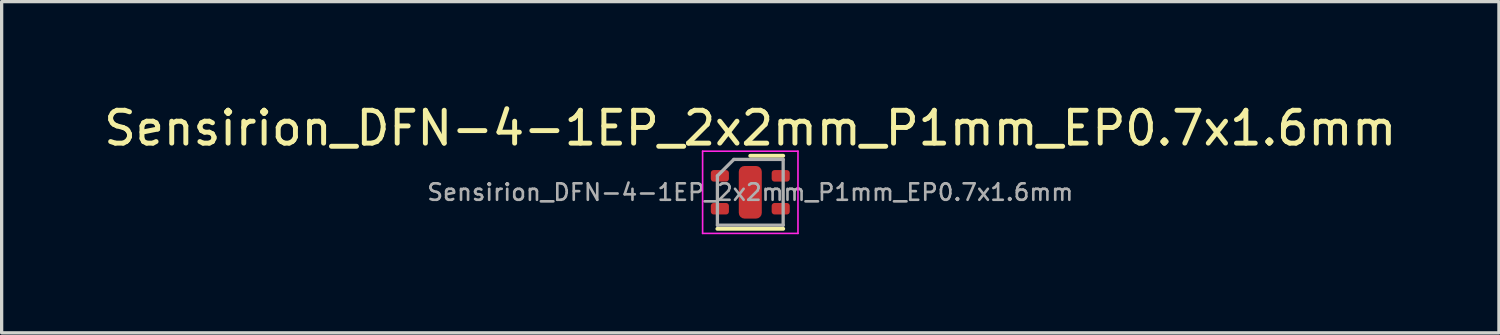
<source format=kicad_pcb>
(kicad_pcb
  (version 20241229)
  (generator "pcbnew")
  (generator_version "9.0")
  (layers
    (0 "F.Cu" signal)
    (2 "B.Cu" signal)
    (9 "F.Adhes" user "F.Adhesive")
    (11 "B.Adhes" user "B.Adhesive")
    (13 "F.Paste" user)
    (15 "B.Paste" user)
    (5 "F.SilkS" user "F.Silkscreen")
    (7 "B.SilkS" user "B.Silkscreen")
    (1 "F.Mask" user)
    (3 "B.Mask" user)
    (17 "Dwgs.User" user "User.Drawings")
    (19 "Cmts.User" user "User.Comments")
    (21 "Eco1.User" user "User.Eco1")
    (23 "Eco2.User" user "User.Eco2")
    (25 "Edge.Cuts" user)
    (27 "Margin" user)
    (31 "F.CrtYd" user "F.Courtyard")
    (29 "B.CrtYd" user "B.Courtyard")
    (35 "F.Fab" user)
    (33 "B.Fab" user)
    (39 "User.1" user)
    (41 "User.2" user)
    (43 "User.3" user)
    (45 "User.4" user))
  (footprint "Sensirion_DFN-4-1EP_2x2mm_P1mm_EP0.7x1.6mm"
    (layer "F.Cu")
    (at 19.768 2.798)
    (property "Reference" "Sensirion_DFN-4-1EP_2x2mm_P1mm_EP0.7x1.6mm" (at 0 -1.95 0) (layer "F.SilkS") (effects (font (size 1 1) (thickness 0.15))))
    (attr smd)
    (fp_line (start -1 1.11) (end 1 1.11) (stroke (width 0.12) (type solid)) (layer "F.SilkS"))
    (fp_line (start 0 -1.11) (end 1 -1.11) (stroke (width 0.12) (type solid)) (layer "F.SilkS"))
    (fp_line (start -1.45 -1.25) (end -1.45 1.25) (stroke (width 0.05) (type solid)) (layer "F.CrtYd"))
    (fp_line (start -1.45 1.25) (end 1.45 1.25) (stroke (width 0.05) (type solid)) (layer "F.CrtYd"))
    (fp_line (start 1.45 -1.25) (end -1.45 -1.25) (stroke (width 0.05) (type solid)) (layer "F.CrtYd"))
    (fp_line (start 1.45 1.25) (end 1.45 -1.25) (stroke (width 0.05) (type solid)) (layer "F.CrtYd"))
    (fp_line (start -1 -0.5) (end -0.5 -1) (stroke (width 0.1) (type solid)) (layer "F.Fab"))
    (fp_line (start -1 1) (end -1 -0.5) (stroke (width 0.1) (type solid)) (layer "F.Fab"))
    (fp_line (start -0.5 -1) (end 1 -1) (stroke (width 0.1) (type solid)) (layer "F.Fab"))
    (fp_line (start 1 -1) (end 1 1) (stroke (width 0.1) (type solid)) (layer "F.Fab"))
    (fp_line (start 1 1) (end -1 1) (stroke (width 0.1) (type solid)) (layer "F.Fab"))
    (fp_text user "${REFERENCE}" (at 0 0 0) (layer "F.Fab") (effects (font (size 0.5 0.5) (thickness 0.08))))
    (pad "" smd roundrect (at -1.025 -0.5) (size 0.55 0.35) (layers "F.Paste") (roundrect_rratio 0.25))
    (pad "" smd roundrect (at -1.025 0.5) (size 0.55 0.35) (layers "F.Paste") (roundrect_rratio 0.25))
    (pad "" smd roundrect (at 0 0) (size 0.5 1.4) (layers "F.Paste") (roundrect_rratio 0.25))
    (pad "" smd roundrect (at 1.025 -0.5 180) (size 0.55 0.35) (layers "F.Paste") (roundrect_rratio 0.25))
    (pad "" smd roundrect (at 1.025 0.5 180) (size 0.55 0.35) (layers "F.Paste") (roundrect_rratio 0.25))
    (pad "1" smd roundrect (at -0.925 -0.5) (size 0.55 0.35) (layers "F.Cu" "F.Mask") (roundrect_rratio 0.25))
    (pad "2" smd roundrect (at -0.925 0.5) (size 0.55 0.35) (layers "F.Cu" "F.Mask") (roundrect_rratio 0.25))
    (pad "3" smd roundrect (at 0.925 0.5) (size 0.55 0.35) (layers "F.Cu" "F.Mask") (roundrect_rratio 0.25))
    (pad "4" smd roundrect (at 0.925 -0.5) (size 0.55 0.35) (layers "F.Cu" "F.Mask") (roundrect_rratio 0.25))
    (pad "5" smd roundrect (at 0 0) (size 0.7 1.6) (layers "F.Cu" "F.Mask") (roundrect_rratio 0.25)))
  (gr_rect
    (start -3 -3)
    (end 42.536 7.073)
    (stroke (width 0.1) (type default))
    (fill no)
    (layer "Edge.Cuts")))
</source>
